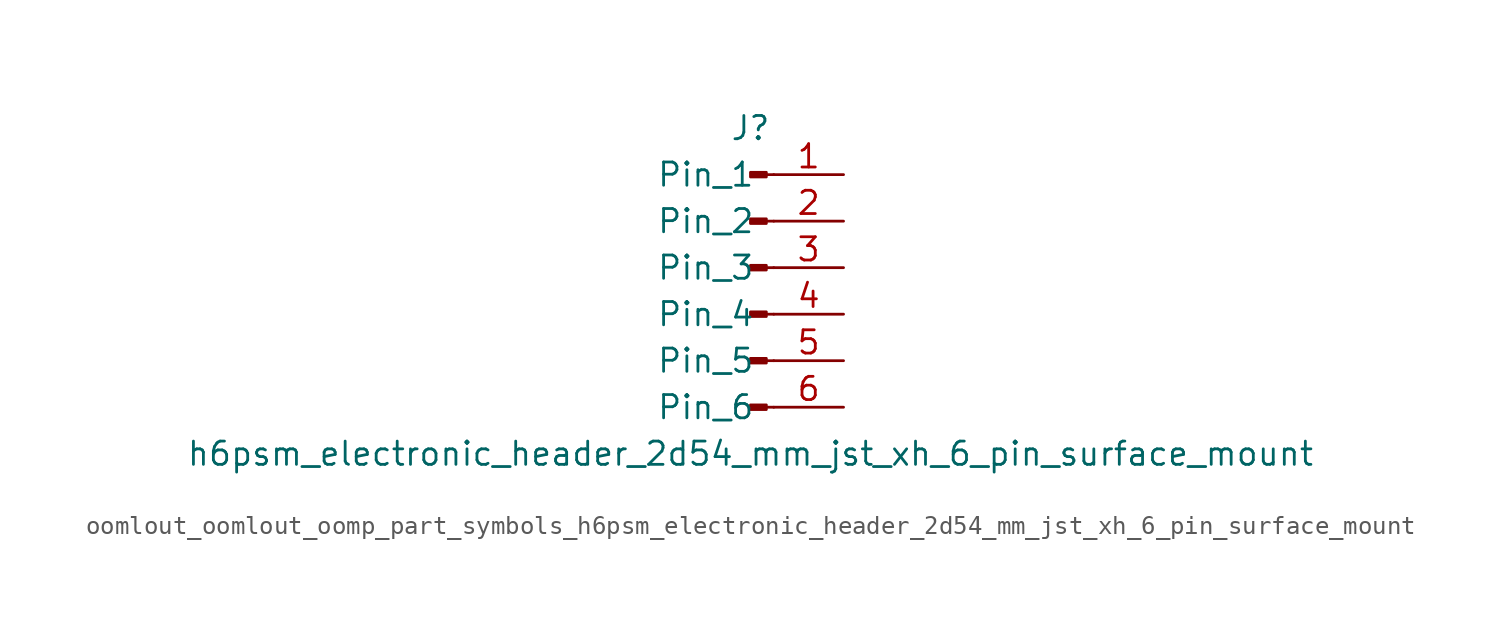
<source format=kicad_sym>
(kicad_symbol_lib
  (version 20220914)
  (generator kicad_symbol_editor)
  (symbol "oomlout_oomlout_oomp_part_symbols_h6psm_electronic_header_2d54_mm_jst_xh_6_pin_surface_mount"
    (pin_names
      (offset 1.016))
    (property "Reference" "J"
      (at 0 7.62 0)
      (effects (font (size 1.27 1.27))))
    (property "Value" "h6psm_electronic_header_2d54_mm_jst_xh_6_pin_surface_mount"
      (at 0 -10.16 0)
      (effects (font (size 1.27 1.27))))
    (property "ki_locked" ""
      (at 0 0 0)
      (effects (font (size 1.27 1.27))))
    (symbol "oomlout_oomlout_oomp_part_symbols_h6psm_electronic_header_2d54_mm_jst_xh_6_pin_surface_mount_1_1"
      (polyline (pts (xy 1.27 -7.62) (xy 0.864 -7.62)) (stroke (width 0.152) (type default)) (fill (type none)))
      (polyline (pts (xy 1.27 -5.08) (xy 0.864 -5.08)) (stroke (width 0.152) (type default)) (fill (type none)))
      (polyline (pts (xy 1.27 -2.54) (xy 0.864 -2.54)) (stroke (width 0.152) (type default)) (fill (type none)))
      (polyline (pts (xy 1.27 0) (xy 0.864 0)) (stroke (width 0.152) (type default)) (fill (type none)))
      (polyline (pts (xy 1.27 2.54) (xy 0.864 2.54)) (stroke (width 0.152) (type default)) (fill (type none)))
      (polyline (pts (xy 1.27 5.08) (xy 0.864 5.08)) (stroke (width 0.152) (type default)) (fill (type none)))
      (rectangle (start 0.864 -7.493) (end 0 -7.747) (stroke (width 0.152) (type default)) (fill (type outline)))
      (rectangle (start 0.864 -4.953) (end 0 -5.207) (stroke (width 0.152) (type default)) (fill (type outline)))
      (rectangle (start 0.864 -2.413) (end 0 -2.667) (stroke (width 0.152) (type default)) (fill (type outline)))
      (rectangle (start 0.864 0.127) (end 0 -0.127) (stroke (width 0.152) (type default)) (fill (type outline)))
      (rectangle (start 0.864 2.667) (end 0 2.413) (stroke (width 0.152) (type default)) (fill (type outline)))
      (rectangle (start 0.864 5.207) (end 0 4.953) (stroke (width 0.152) (type default)) (fill (type outline)))
      (pin passive line (at 5.08 5.08 180) (length 3.81) (name "Pin_1" (effects (font (size 1.27 1.27)))) (number "1" (effects (font (size 1.27 1.27)))))
      (pin passive line (at 5.08 2.54 180) (length 3.81) (name "Pin_2" (effects (font (size 1.27 1.27)))) (number "2" (effects (font (size 1.27 1.27)))))
      (pin passive line (at 5.08 0 180) (length 3.81) (name "Pin_3" (effects (font (size 1.27 1.27)))) (number "3" (effects (font (size 1.27 1.27)))))
      (pin passive line (at 5.08 -2.54 180) (length 3.81) (name "Pin_4" (effects (font (size 1.27 1.27)))) (number "4" (effects (font (size 1.27 1.27)))))
      (pin passive line (at 5.08 -5.08 180) (length 3.81) (name "Pin_5" (effects (font (size 1.27 1.27)))) (number "5" (effects (font (size 1.27 1.27)))))
      (pin passive line (at 5.08 -7.62 180) (length 3.81) (name "Pin_6" (effects (font (size 1.27 1.27)))) (number "6" (effects (font (size 1.27 1.27))))))))
</source>
